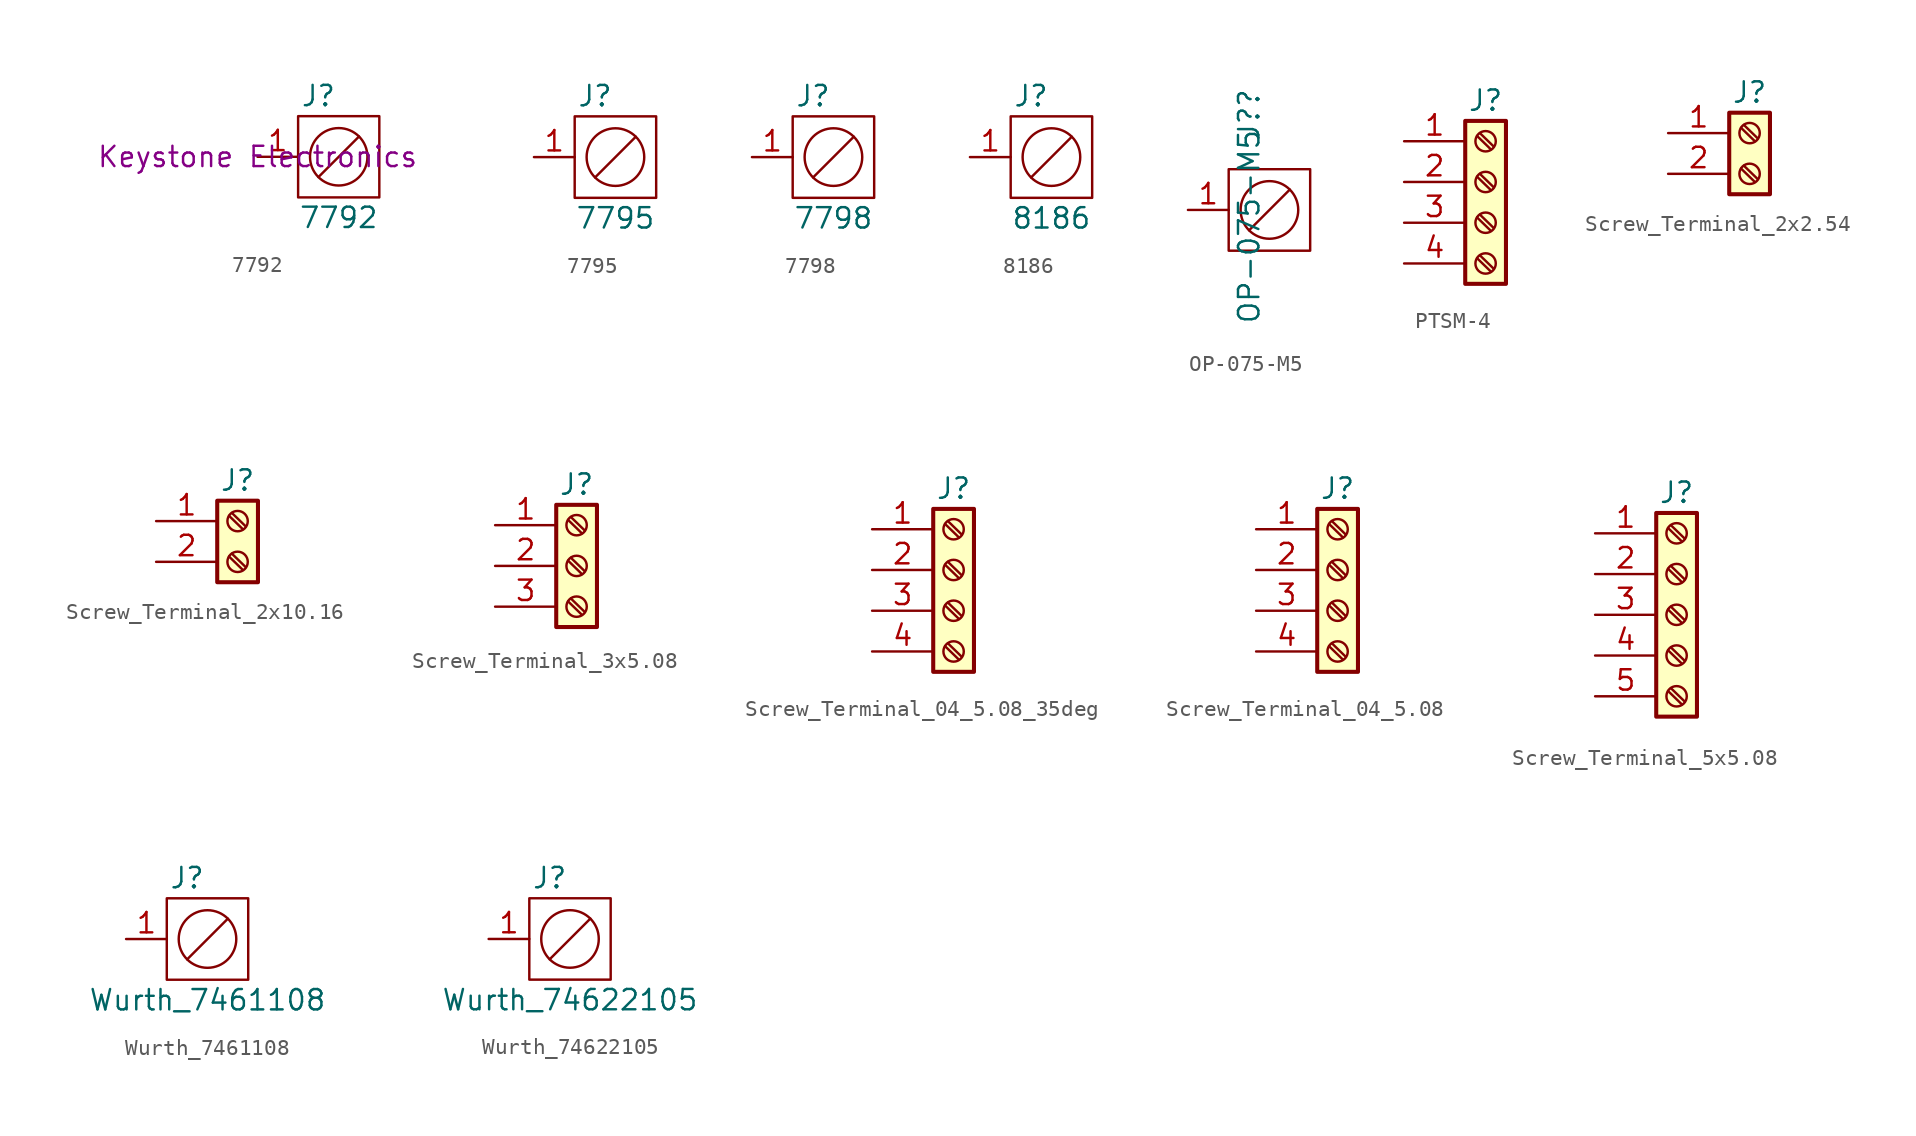
<source format=kicad_sym>
(kicad_symbol_lib
  (version 20231120)
  (generator "kicad_symbol_editor")
  (generator_version "8.0")
  (symbol "7792"
    (property "Reference" "J"
      (at 3.81 3.81 0)
      (effects (font (size 1.27 1.27))))
    (property "Value" "7792"
      (at 5.08 -3.81 0)
      (effects (font (size 1.27 1.27))))
    (property "MFR" "Keystone Electronics"
      (at 0 0 0)
      (effects (font (size 1.27 1.27))))
    (symbol "7792_0_0"
      (pin unspecified line (at 0 0 0) (length 2.54) (name "" (effects (font (size 1.27 1.27)))) (number "1" (effects (font (size 1.27 1.27)))))
      (pin unspecified line (at 0 0 0) (length 2.54) hide (name "" (effects (font (size 1.27 1.27)))) (number "2" (effects (font (size 1.27 1.27)))))
      (pin unspecified line (at 0 0 0) (length 2.54) hide (name "" (effects (font (size 1.27 1.27)))) (number "3" (effects (font (size 1.27 1.27)))))
      (pin unspecified line (at 0 0 0) (length 2.54) hide (name "" (effects (font (size 1.27 1.27)))) (number "4" (effects (font (size 1.27 1.27))))))
    (symbol "7792_0_1"
      (polyline (pts (xy 6.35 1.27) (xy 3.81 -1.27)) (stroke (width 0) (type default)) (fill (type none)))
      (rectangle (start 2.54 2.54) (end 7.62 -2.54) (stroke (width 0) (type default)) (fill (type none)))
      (circle (center 5.08 0) (radius 1.796) (stroke (width 0) (type default)) (fill (type none)))))
  (symbol "7795"
    (property "Reference" "J"
      (at 3.81 3.81 0)
      (effects (font (size 1.27 1.27))))
    (property "Value" "7795"
      (at 5.08 -3.81 0)
      (effects (font (size 1.27 1.27))))
    (symbol "7795_0_0"
      (pin unspecified line (at 0 0 0) (length 2.54) (name "" (effects (font (size 1.27 1.27)))) (number "1" (effects (font (size 1.27 1.27)))))
      (pin unspecified line (at 0 0 0) (length 2.54) hide (name "" (effects (font (size 1.27 1.27)))) (number "2" (effects (font (size 1.27 1.27)))))
      (pin unspecified line (at 0 0 0) (length 2.54) hide (name "" (effects (font (size 1.27 1.27)))) (number "3" (effects (font (size 1.27 1.27)))))
      (pin unspecified line (at 0 0 0) (length 2.54) hide (name "" (effects (font (size 1.27 1.27)))) (number "4" (effects (font (size 1.27 1.27))))))
    (symbol "7795_0_1"
      (polyline (pts (xy 6.35 1.27) (xy 3.81 -1.27)) (stroke (width 0) (type default)) (fill (type none)))
      (rectangle (start 2.54 2.54) (end 7.62 -2.54) (stroke (width 0) (type default)) (fill (type none)))
      (circle (center 5.08 0) (radius 1.796) (stroke (width 0) (type default)) (fill (type none)))))
  (symbol "7798"
    (property "Reference" "J"
      (at 3.81 3.81 0)
      (effects (font (size 1.27 1.27))))
    (property "Value" "7798"
      (at 5.08 -3.81 0)
      (effects (font (size 1.27 1.27))))
    (symbol "7798_0_0"
      (pin unspecified line (at 0 0 0) (length 2.54) (name "" (effects (font (size 1.27 1.27)))) (number "1" (effects (font (size 1.27 1.27)))))
      (pin unspecified line (at 0 0 0) (length 2.54) hide (name "" (effects (font (size 1.27 1.27)))) (number "2" (effects (font (size 1.27 1.27)))))
      (pin unspecified line (at 0 0 0) (length 2.54) hide (name "" (effects (font (size 1.27 1.27)))) (number "3" (effects (font (size 1.27 1.27)))))
      (pin unspecified line (at 0 0 0) (length 2.54) hide (name "" (effects (font (size 1.27 1.27)))) (number "4" (effects (font (size 1.27 1.27))))))
    (symbol "7798_0_1"
      (polyline (pts (xy 6.35 1.27) (xy 3.81 -1.27)) (stroke (width 0) (type default)) (fill (type none)))
      (rectangle (start 2.54 2.54) (end 7.62 -2.54) (stroke (width 0) (type default)) (fill (type none)))
      (circle (center 5.08 0) (radius 1.796) (stroke (width 0) (type default)) (fill (type none)))))
  (symbol "8186"
    (property "Reference" "J"
      (at 3.81 3.81 0)
      (effects (font (size 1.27 1.27))))
    (property "Value" "8186"
      (at 5.08 -3.81 0)
      (effects (font (size 1.27 1.27))))
    (symbol "8186_0_0"
      (pin unspecified line (at 0 0 0) (length 2.54) (name "" (effects (font (size 1.27 1.27)))) (number "1" (effects (font (size 1.27 1.27)))))
      (pin unspecified line (at 0 0 0) (length 2.54) hide (name "" (effects (font (size 1.27 1.27)))) (number "2" (effects (font (size 1.27 1.27)))))
      (pin unspecified line (at 0 0 0) (length 2.54) hide (name "" (effects (font (size 1.27 1.27)))) (number "3" (effects (font (size 1.27 1.27)))))
      (pin unspecified line (at 0 0 0) (length 2.54) hide (name "" (effects (font (size 1.27 1.27)))) (number "4" (effects (font (size 1.27 1.27))))))
    (symbol "8186_0_1"
      (polyline (pts (xy 6.35 1.27) (xy 3.81 -1.27)) (stroke (width 0) (type default)) (fill (type none)))
      (rectangle (start 2.54 2.54) (end 7.62 -2.54) (stroke (width 0) (type default)) (fill (type none)))
      (circle (center 5.08 0) (radius 1.796) (stroke (width 0) (type default)) (fill (type none)))))
  (symbol "OP-075-M5"
    (property "Reference" "J?"
      (at 3.81 7.62 90)
      (effects (font (size 1.27 1.27)) (justify right)))
    (property "Value" "OP-075-M5"
      (at 3.81 5.08 90)
      (effects (font (size 1.27 1.27)) (justify right)))
    (symbol "OP-075-M5_0_0"
      (pin unspecified line (at 0 0 0) (length 2.54) (name "" (effects (font (size 1.27 1.27)))) (number "1" (effects (font (size 1.27 1.27)))))
      (pin unspecified line (at 0 0 0) (length 2.54) hide (name "" (effects (font (size 1.27 1.27)))) (number "2" (effects (font (size 1.27 1.27)))))
      (pin unspecified line (at 0 0 0) (length 2.54) hide (name "" (effects (font (size 1.27 1.27)))) (number "3" (effects (font (size 1.27 1.27)))))
      (pin unspecified line (at 0 0 0) (length 2.54) hide (name "" (effects (font (size 1.27 1.27)))) (number "4" (effects (font (size 1.27 1.27))))))
    (symbol "OP-075-M5_0_1"
      (polyline (pts (xy 6.35 1.27) (xy 3.81 -1.27)) (stroke (width 0) (type default)) (fill (type none)))
      (rectangle (start 2.54 2.54) (end 7.62 -2.54) (stroke (width 0) (type default)) (fill (type none)))
      (circle (center 5.08 0) (radius 1.796) (stroke (width 0) (type default)) (fill (type none)))))
  (symbol "PTSM-4"
    (pin_names
      (offset 1.016) hide)
    (property "Reference" "J"
      (at 0 5.08 0)
      (effects (font (size 1.27 1.27))))
    (symbol "PTSM-4_1_1"
      (rectangle (start -1.27 3.81) (end 1.27 -6.35) (stroke (width 0.254) (type default)) (fill (type background)))
      (circle (center 0 -5.08) (radius 0.635) (stroke (width 0.152) (type default)) (fill (type none)))
      (circle (center 0 -2.54) (radius 0.635) (stroke (width 0.152) (type default)) (fill (type none)))
      (polyline (pts (xy -0.533 -4.75) (xy 0.33 -5.588)) (stroke (width 0.152) (type default)) (fill (type none)))
      (polyline (pts (xy -0.533 -2.21) (xy 0.33 -3.048)) (stroke (width 0.152) (type default)) (fill (type none)))
      (polyline (pts (xy -0.533 0.33) (xy 0.33 -0.508)) (stroke (width 0.152) (type default)) (fill (type none)))
      (polyline (pts (xy -0.533 2.87) (xy 0.33 2.032)) (stroke (width 0.152) (type default)) (fill (type none)))
      (polyline (pts (xy -0.356 -4.572) (xy 0.508 -5.41)) (stroke (width 0.152) (type default)) (fill (type none)))
      (polyline (pts (xy -0.356 -2.032) (xy 0.508 -2.87)) (stroke (width 0.152) (type default)) (fill (type none)))
      (polyline (pts (xy -0.356 0.508) (xy 0.508 -0.33)) (stroke (width 0.152) (type default)) (fill (type none)))
      (polyline (pts (xy -0.356 3.048) (xy 0.508 2.21)) (stroke (width 0.152) (type default)) (fill (type none)))
      (circle (center 0 0) (radius 0.635) (stroke (width 0.152) (type default)) (fill (type none)))
      (circle (center 0 2.54) (radius 0.635) (stroke (width 0.152) (type default)) (fill (type none)))
      (pin passive line (at -5.08 2.54 0) (length 3.81) (name "Pin_1" (effects (font (size 1.27 1.27)))) (number "1" (effects (font (size 1.27 1.27)))))
      (pin passive line (at -5.08 0 0) (length 3.81) (name "Pin_2" (effects (font (size 1.27 1.27)))) (number "2" (effects (font (size 1.27 1.27)))))
      (pin passive line (at -5.08 -2.54 0) (length 3.81) (name "Pin_3" (effects (font (size 1.27 1.27)))) (number "3" (effects (font (size 1.27 1.27)))))
      (pin passive line (at -5.08 -5.08 0) (length 3.81) (name "Pin_4" (effects (font (size 1.27 1.27)))) (number "4" (effects (font (size 1.27 1.27)))))))
  (symbol "Screw_Terminal_2x2.54"
    (pin_names
      (offset 1.016) hide)
    (property "Reference" "J"
      (at 0 2.54 0)
      (effects (font (size 1.27 1.27))))
    (symbol "Screw_Terminal_2x2.54_1_1"
      (rectangle (start -1.27 1.27) (end 1.27 -3.81) (stroke (width 0.254) (type default)) (fill (type background)))
      (circle (center 0 -2.54) (radius 0.635) (stroke (width 0.152) (type default)) (fill (type none)))
      (polyline (pts (xy -0.533 -2.21) (xy 0.33 -3.048)) (stroke (width 0.152) (type default)) (fill (type none)))
      (polyline (pts (xy -0.533 0.33) (xy 0.33 -0.508)) (stroke (width 0.152) (type default)) (fill (type none)))
      (polyline (pts (xy -0.356 -2.032) (xy 0.508 -2.87)) (stroke (width 0.152) (type default)) (fill (type none)))
      (polyline (pts (xy -0.356 0.508) (xy 0.508 -0.33)) (stroke (width 0.152) (type default)) (fill (type none)))
      (circle (center 0 0) (radius 0.635) (stroke (width 0.152) (type default)) (fill (type none)))
      (pin passive line (at -5.08 0 0) (length 3.81) (name "Pin_1" (effects (font (size 1.27 1.27)))) (number "1" (effects (font (size 1.27 1.27)))))
      (pin passive line (at -5.08 -2.54 0) (length 3.81) (name "Pin_2" (effects (font (size 1.27 1.27)))) (number "2" (effects (font (size 1.27 1.27)))))))
  (symbol "Screw_Terminal_2x10.16"
    (pin_names
      (offset 1.016) hide)
    (property "Reference" "J"
      (at 0 2.54 0)
      (effects (font (size 1.27 1.27))))
    (symbol "Screw_Terminal_2x10.16_1_1"
      (rectangle (start -1.27 1.27) (end 1.27 -3.81) (stroke (width 0.254) (type default)) (fill (type background)))
      (circle (center 0 -2.54) (radius 0.635) (stroke (width 0.152) (type default)) (fill (type none)))
      (polyline (pts (xy -0.533 -2.21) (xy 0.33 -3.048)) (stroke (width 0.152) (type default)) (fill (type none)))
      (polyline (pts (xy -0.533 0.33) (xy 0.33 -0.508)) (stroke (width 0.152) (type default)) (fill (type none)))
      (polyline (pts (xy -0.356 -2.032) (xy 0.508 -2.87)) (stroke (width 0.152) (type default)) (fill (type none)))
      (polyline (pts (xy -0.356 0.508) (xy 0.508 -0.33)) (stroke (width 0.152) (type default)) (fill (type none)))
      (circle (center 0 0) (radius 0.635) (stroke (width 0.152) (type default)) (fill (type none)))
      (pin passive line (at -5.08 0 0) (length 3.81) (name "Pin_1" (effects (font (size 1.27 1.27)))) (number "1" (effects (font (size 1.27 1.27)))))
      (pin passive line (at -5.08 -2.54 0) (length 3.81) (name "Pin_2" (effects (font (size 1.27 1.27)))) (number "2" (effects (font (size 1.27 1.27)))))))
  (symbol "Screw_Terminal_3x5.08"
    (pin_names
      (offset 1.016) hide)
    (property "Reference" "J"
      (at 0 5.08 0)
      (effects (font (size 1.27 1.27))))
    (symbol "Screw_Terminal_3x5.08_1_1"
      (rectangle (start -1.27 3.81) (end 1.27 -3.81) (stroke (width 0.254) (type default)) (fill (type background)))
      (circle (center 0 -2.54) (radius 0.635) (stroke (width 0.152) (type default)) (fill (type none)))
      (polyline (pts (xy -0.533 -2.21) (xy 0.33 -3.048)) (stroke (width 0.152) (type default)) (fill (type none)))
      (polyline (pts (xy -0.533 0.33) (xy 0.33 -0.508)) (stroke (width 0.152) (type default)) (fill (type none)))
      (polyline (pts (xy -0.533 2.87) (xy 0.33 2.032)) (stroke (width 0.152) (type default)) (fill (type none)))
      (polyline (pts (xy -0.356 -2.032) (xy 0.508 -2.87)) (stroke (width 0.152) (type default)) (fill (type none)))
      (polyline (pts (xy -0.356 0.508) (xy 0.508 -0.33)) (stroke (width 0.152) (type default)) (fill (type none)))
      (polyline (pts (xy -0.356 3.048) (xy 0.508 2.21)) (stroke (width 0.152) (type default)) (fill (type none)))
      (circle (center 0 0) (radius 0.635) (stroke (width 0.152) (type default)) (fill (type none)))
      (circle (center 0 2.54) (radius 0.635) (stroke (width 0.152) (type default)) (fill (type none)))
      (pin passive line (at -5.08 2.54 0) (length 3.81) (name "Pin_1" (effects (font (size 1.27 1.27)))) (number "1" (effects (font (size 1.27 1.27)))))
      (pin passive line (at -5.08 0 0) (length 3.81) (name "Pin_2" (effects (font (size 1.27 1.27)))) (number "2" (effects (font (size 1.27 1.27)))))
      (pin passive line (at -5.08 -2.54 0) (length 3.81) (name "Pin_3" (effects (font (size 1.27 1.27)))) (number "3" (effects (font (size 1.27 1.27)))))))
  (symbol "Screw_Terminal_04_5.08_35deg"
    (pin_names
      (offset 1.016) hide)
    (property "Reference" "J"
      (at 0 5.08 0)
      (effects (font (size 1.27 1.27))))
    (symbol "Screw_Terminal_04_5.08_35deg_1_1"
      (rectangle (start -1.27 3.81) (end 1.27 -6.35) (stroke (width 0.254) (type default)) (fill (type background)))
      (circle (center 0 -5.08) (radius 0.635) (stroke (width 0.152) (type default)) (fill (type none)))
      (circle (center 0 -2.54) (radius 0.635) (stroke (width 0.152) (type default)) (fill (type none)))
      (polyline (pts (xy -0.533 -4.75) (xy 0.33 -5.588)) (stroke (width 0.152) (type default)) (fill (type none)))
      (polyline (pts (xy -0.533 -2.21) (xy 0.33 -3.048)) (stroke (width 0.152) (type default)) (fill (type none)))
      (polyline (pts (xy -0.533 0.33) (xy 0.33 -0.508)) (stroke (width 0.152) (type default)) (fill (type none)))
      (polyline (pts (xy -0.533 2.87) (xy 0.33 2.032)) (stroke (width 0.152) (type default)) (fill (type none)))
      (polyline (pts (xy -0.356 -4.572) (xy 0.508 -5.41)) (stroke (width 0.152) (type default)) (fill (type none)))
      (polyline (pts (xy -0.356 -2.032) (xy 0.508 -2.87)) (stroke (width 0.152) (type default)) (fill (type none)))
      (polyline (pts (xy -0.356 0.508) (xy 0.508 -0.33)) (stroke (width 0.152) (type default)) (fill (type none)))
      (polyline (pts (xy -0.356 3.048) (xy 0.508 2.21)) (stroke (width 0.152) (type default)) (fill (type none)))
      (circle (center 0 0) (radius 0.635) (stroke (width 0.152) (type default)) (fill (type none)))
      (circle (center 0 2.54) (radius 0.635) (stroke (width 0.152) (type default)) (fill (type none)))
      (pin passive line (at -5.08 2.54 0) (length 3.81) (name "Pin_1" (effects (font (size 1.27 1.27)))) (number "1" (effects (font (size 1.27 1.27)))))
      (pin passive line (at -5.08 0 0) (length 3.81) (name "Pin_2" (effects (font (size 1.27 1.27)))) (number "2" (effects (font (size 1.27 1.27)))))
      (pin passive line (at -5.08 -2.54 0) (length 3.81) (name "Pin_3" (effects (font (size 1.27 1.27)))) (number "3" (effects (font (size 1.27 1.27)))))
      (pin passive line (at -5.08 -5.08 0) (length 3.81) (name "Pin_4" (effects (font (size 1.27 1.27)))) (number "4" (effects (font (size 1.27 1.27)))))))
  (symbol "Screw_Terminal_04_5.08"
    (pin_names
      (offset 1.016) hide)
    (property "Reference" "J"
      (at 0 5.08 0)
      (effects (font (size 1.27 1.27))))
    (symbol "Screw_Terminal_04_5.08_1_1"
      (rectangle (start -1.27 3.81) (end 1.27 -6.35) (stroke (width 0.254) (type default)) (fill (type background)))
      (circle (center 0 -5.08) (radius 0.635) (stroke (width 0.152) (type default)) (fill (type none)))
      (circle (center 0 -2.54) (radius 0.635) (stroke (width 0.152) (type default)) (fill (type none)))
      (polyline (pts (xy -0.533 -4.75) (xy 0.33 -5.588)) (stroke (width 0.152) (type default)) (fill (type none)))
      (polyline (pts (xy -0.533 -2.21) (xy 0.33 -3.048)) (stroke (width 0.152) (type default)) (fill (type none)))
      (polyline (pts (xy -0.533 0.33) (xy 0.33 -0.508)) (stroke (width 0.152) (type default)) (fill (type none)))
      (polyline (pts (xy -0.533 2.87) (xy 0.33 2.032)) (stroke (width 0.152) (type default)) (fill (type none)))
      (polyline (pts (xy -0.356 -4.572) (xy 0.508 -5.41)) (stroke (width 0.152) (type default)) (fill (type none)))
      (polyline (pts (xy -0.356 -2.032) (xy 0.508 -2.87)) (stroke (width 0.152) (type default)) (fill (type none)))
      (polyline (pts (xy -0.356 0.508) (xy 0.508 -0.33)) (stroke (width 0.152) (type default)) (fill (type none)))
      (polyline (pts (xy -0.356 3.048) (xy 0.508 2.21)) (stroke (width 0.152) (type default)) (fill (type none)))
      (circle (center 0 0) (radius 0.635) (stroke (width 0.152) (type default)) (fill (type none)))
      (circle (center 0 2.54) (radius 0.635) (stroke (width 0.152) (type default)) (fill (type none)))
      (pin passive line (at -5.08 2.54 0) (length 3.81) (name "Pin_1" (effects (font (size 1.27 1.27)))) (number "1" (effects (font (size 1.27 1.27)))))
      (pin passive line (at -5.08 0 0) (length 3.81) (name "Pin_2" (effects (font (size 1.27 1.27)))) (number "2" (effects (font (size 1.27 1.27)))))
      (pin passive line (at -5.08 -2.54 0) (length 3.81) (name "Pin_3" (effects (font (size 1.27 1.27)))) (number "3" (effects (font (size 1.27 1.27)))))
      (pin passive line (at -5.08 -5.08 0) (length 3.81) (name "Pin_4" (effects (font (size 1.27 1.27)))) (number "4" (effects (font (size 1.27 1.27)))))))
  (symbol "Screw_Terminal_5x5.08"
    (pin_names
      (offset 1.016) hide)
    (property "Reference" "J"
      (at 0 7.62 0)
      (effects (font (size 1.27 1.27))))
    (symbol "Screw_Terminal_5x5.08_1_1"
      (rectangle (start -1.27 6.35) (end 1.27 -6.35) (stroke (width 0.254) (type default)) (fill (type background)))
      (circle (center 0 -5.08) (radius 0.635) (stroke (width 0.152) (type default)) (fill (type none)))
      (circle (center 0 -2.54) (radius 0.635) (stroke (width 0.152) (type default)) (fill (type none)))
      (polyline (pts (xy -0.533 -4.75) (xy 0.33 -5.588)) (stroke (width 0.152) (type default)) (fill (type none)))
      (polyline (pts (xy -0.533 -2.21) (xy 0.33 -3.048)) (stroke (width 0.152) (type default)) (fill (type none)))
      (polyline (pts (xy -0.533 0.33) (xy 0.33 -0.508)) (stroke (width 0.152) (type default)) (fill (type none)))
      (polyline (pts (xy -0.533 2.87) (xy 0.33 2.032)) (stroke (width 0.152) (type default)) (fill (type none)))
      (polyline (pts (xy -0.533 5.41) (xy 0.33 4.572)) (stroke (width 0.152) (type default)) (fill (type none)))
      (polyline (pts (xy -0.356 -4.572) (xy 0.508 -5.41)) (stroke (width 0.152) (type default)) (fill (type none)))
      (polyline (pts (xy -0.356 -2.032) (xy 0.508 -2.87)) (stroke (width 0.152) (type default)) (fill (type none)))
      (polyline (pts (xy -0.356 0.508) (xy 0.508 -0.33)) (stroke (width 0.152) (type default)) (fill (type none)))
      (polyline (pts (xy -0.356 3.048) (xy 0.508 2.21)) (stroke (width 0.152) (type default)) (fill (type none)))
      (polyline (pts (xy -0.356 5.588) (xy 0.508 4.75)) (stroke (width 0.152) (type default)) (fill (type none)))
      (circle (center 0 0) (radius 0.635) (stroke (width 0.152) (type default)) (fill (type none)))
      (circle (center 0 2.54) (radius 0.635) (stroke (width 0.152) (type default)) (fill (type none)))
      (circle (center 0 5.08) (radius 0.635) (stroke (width 0.152) (type default)) (fill (type none)))
      (pin passive line (at -5.08 5.08 0) (length 3.81) (name "Pin_1" (effects (font (size 1.27 1.27)))) (number "1" (effects (font (size 1.27 1.27)))))
      (pin passive line (at -5.08 2.54 0) (length 3.81) (name "Pin_2" (effects (font (size 1.27 1.27)))) (number "2" (effects (font (size 1.27 1.27)))))
      (pin passive line (at -5.08 0 0) (length 3.81) (name "Pin_3" (effects (font (size 1.27 1.27)))) (number "3" (effects (font (size 1.27 1.27)))))
      (pin passive line (at -5.08 -2.54 0) (length 3.81) (name "Pin_4" (effects (font (size 1.27 1.27)))) (number "4" (effects (font (size 1.27 1.27)))))
      (pin passive line (at -5.08 -5.08 0) (length 3.81) (name "Pin_5" (effects (font (size 1.27 1.27)))) (number "5" (effects (font (size 1.27 1.27)))))))
  (symbol "Wurth_7461108"
    (property "Reference" "J"
      (at 3.81 3.81 0)
      (effects (font (size 1.27 1.27))))
    (property "Value" "Wurth_7461108"
      (at 5.08 -3.81 0)
      (effects (font (size 1.27 1.27))))
    (symbol "Wurth_7461108_0_0"
      (pin unspecified line (at 0 0 0) (length 2.54) (name "" (effects (font (size 1.27 1.27)))) (number "1" (effects (font (size 1.27 1.27))))))
    (symbol "Wurth_7461108_0_1"
      (polyline (pts (xy 6.35 1.27) (xy 3.81 -1.27)) (stroke (width 0) (type default)) (fill (type none)))
      (rectangle (start 2.54 2.54) (end 7.62 -2.54) (stroke (width 0) (type default)) (fill (type none)))
      (circle (center 5.08 0) (radius 1.796) (stroke (width 0) (type default)) (fill (type none)))))
  (symbol "Wurth_74622105"
    (property "Reference" "J"
      (at 3.81 3.81 0)
      (effects (font (size 1.27 1.27))))
    (property "Value" "Wurth_74622105"
      (at 5.08 -3.81 0)
      (effects (font (size 1.27 1.27))))
    (symbol "Wurth_74622105_0_0"
      (pin unspecified line (at 0 0 0) (length 2.54) (name "" (effects (font (size 1.27 1.27)))) (number "1" (effects (font (size 1.27 1.27))))))
    (symbol "Wurth_74622105_0_1"
      (polyline (pts (xy 6.35 1.27) (xy 3.81 -1.27)) (stroke (width 0) (type default)) (fill (type none)))
      (rectangle (start 2.54 2.54) (end 7.62 -2.54) (stroke (width 0) (type default)) (fill (type none)))
      (circle (center 5.08 0) (radius 1.796) (stroke (width 0) (type default)) (fill (type none))))))
</source>
